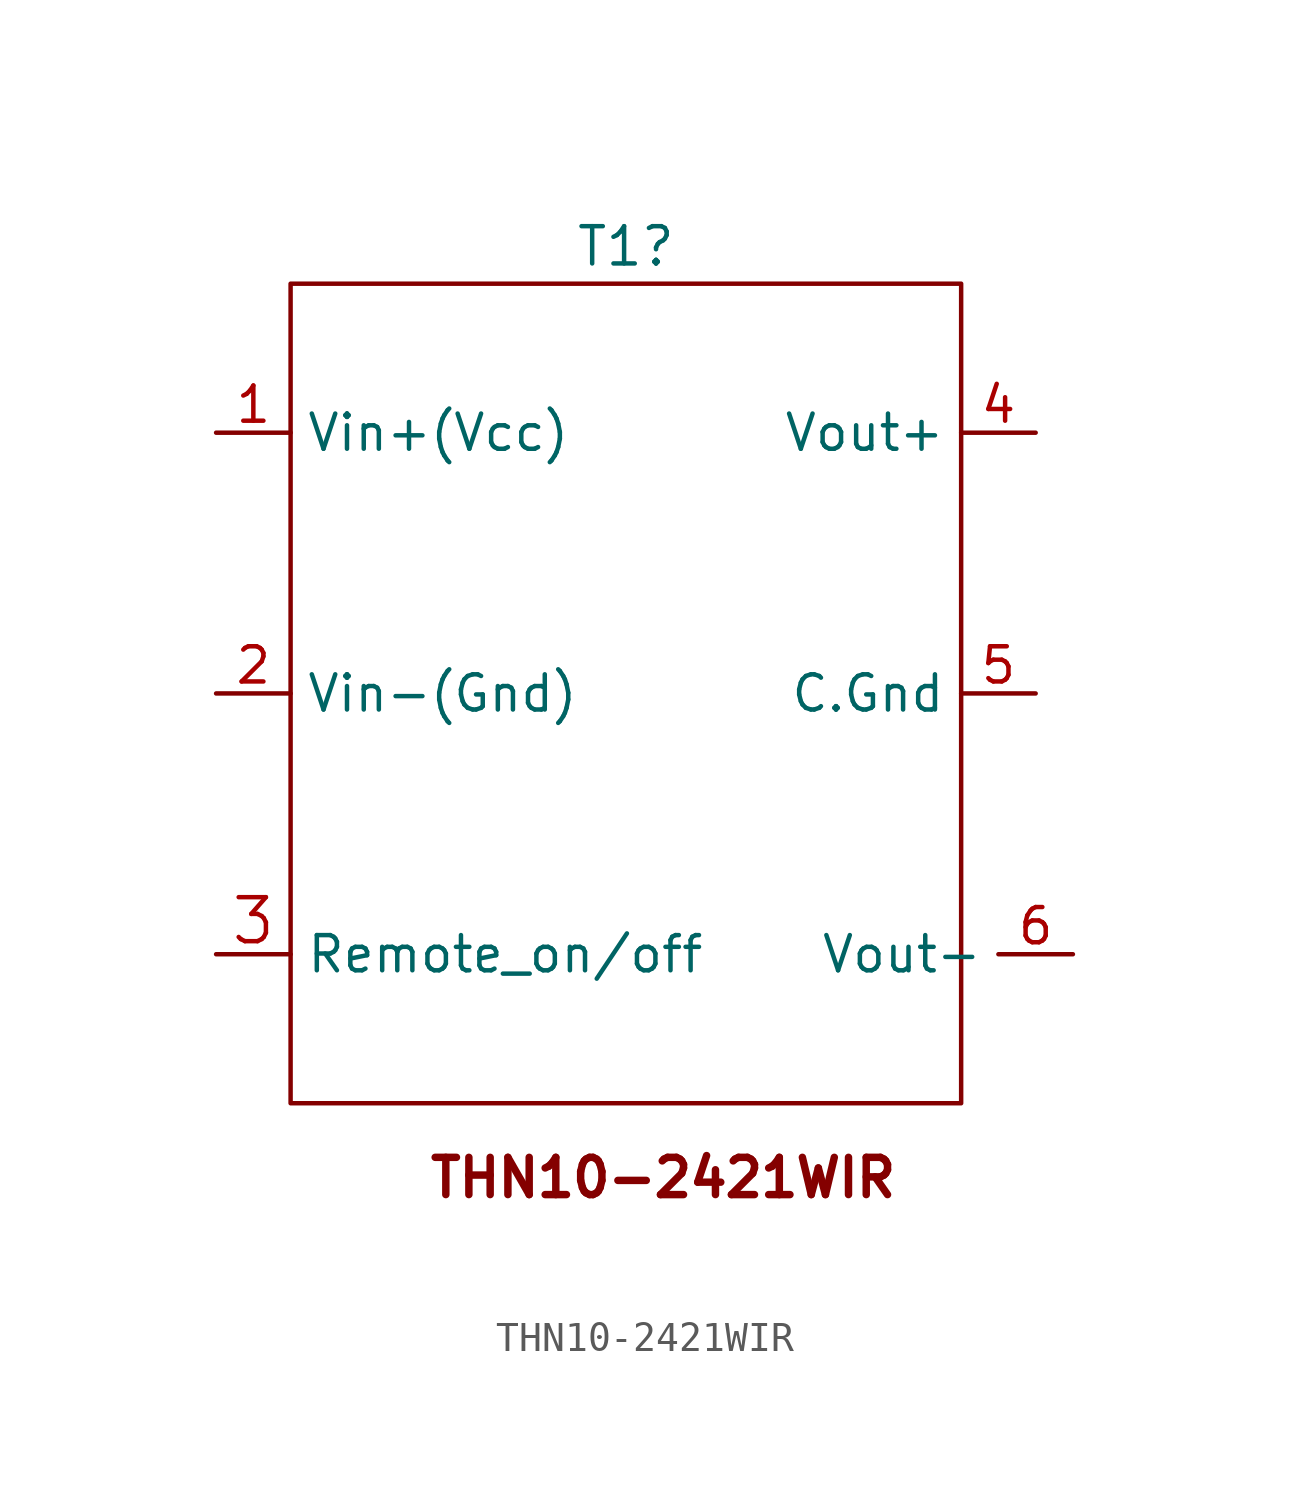
<source format=kicad_sym>
(kicad_symbol_lib
  (version 20220914)
  (generator kicad_symbol_editor)
  (symbol "THN10-2421WIR"
    (property "Reference" "T1"
      (at 0 13.97 0)
      (effects (font (size 1.27 1.27))))
    (property "Value" ""
      (at 0 0 0)
      (effects (font (size 1.27 1.27))))
    (symbol "THN10-2421WIR_0_1"
      (rectangle (start -11.43 12.7) (end 11.43 -15.24) (stroke (width 0) (type default)) (fill (type none))))
    (symbol "THN10-2421WIR_1_1"
      (text "THN10-2421WIR" (at 1.27 -17.78 0) (effects (font (size 1.27 1.27) bold)))
      (pin input line (at -13.97 7.62 0) (length 2.54) (name "Vin+(Vcc)" (effects (font (size 1.2 1.2)))) (number "1" (effects (font (size 1.2 1.2)))))
      (pin input line (at -13.97 -1.27 0) (length 2.54) (name "Vin-(Gnd)" (effects (font (size 1.2 1.2)))) (number "2" (effects (font (size 1.2 1.2)))))
      (pin input line (at -13.97 -10.16 0) (length 2.54) (name "Remote_on/off" (effects (font (size 1.2 1.2)))) (number "3" (effects (font (size 1.5 1.5)))))
      (pin power_out line (at 13.97 7.62 180) (length 2.54) (name "Vout+" (effects (font (size 1.2 1.2)))) (number "4" (effects (font (size 1.2 1.2)))))
      (pin passive line (at 13.97 -1.27 180) (length 2.54) (name "C.Gnd" (effects (font (size 1.2 1.2)))) (number "5" (effects (font (size 1.2 1.2)))))
      (pin power_out line (at 15.24 -10.16 180) (length 2.54) (name "Vout-" (effects (font (size 1.2 1.2)))) (number "6" (effects (font (size 1.2 1.2))))))))
</source>
